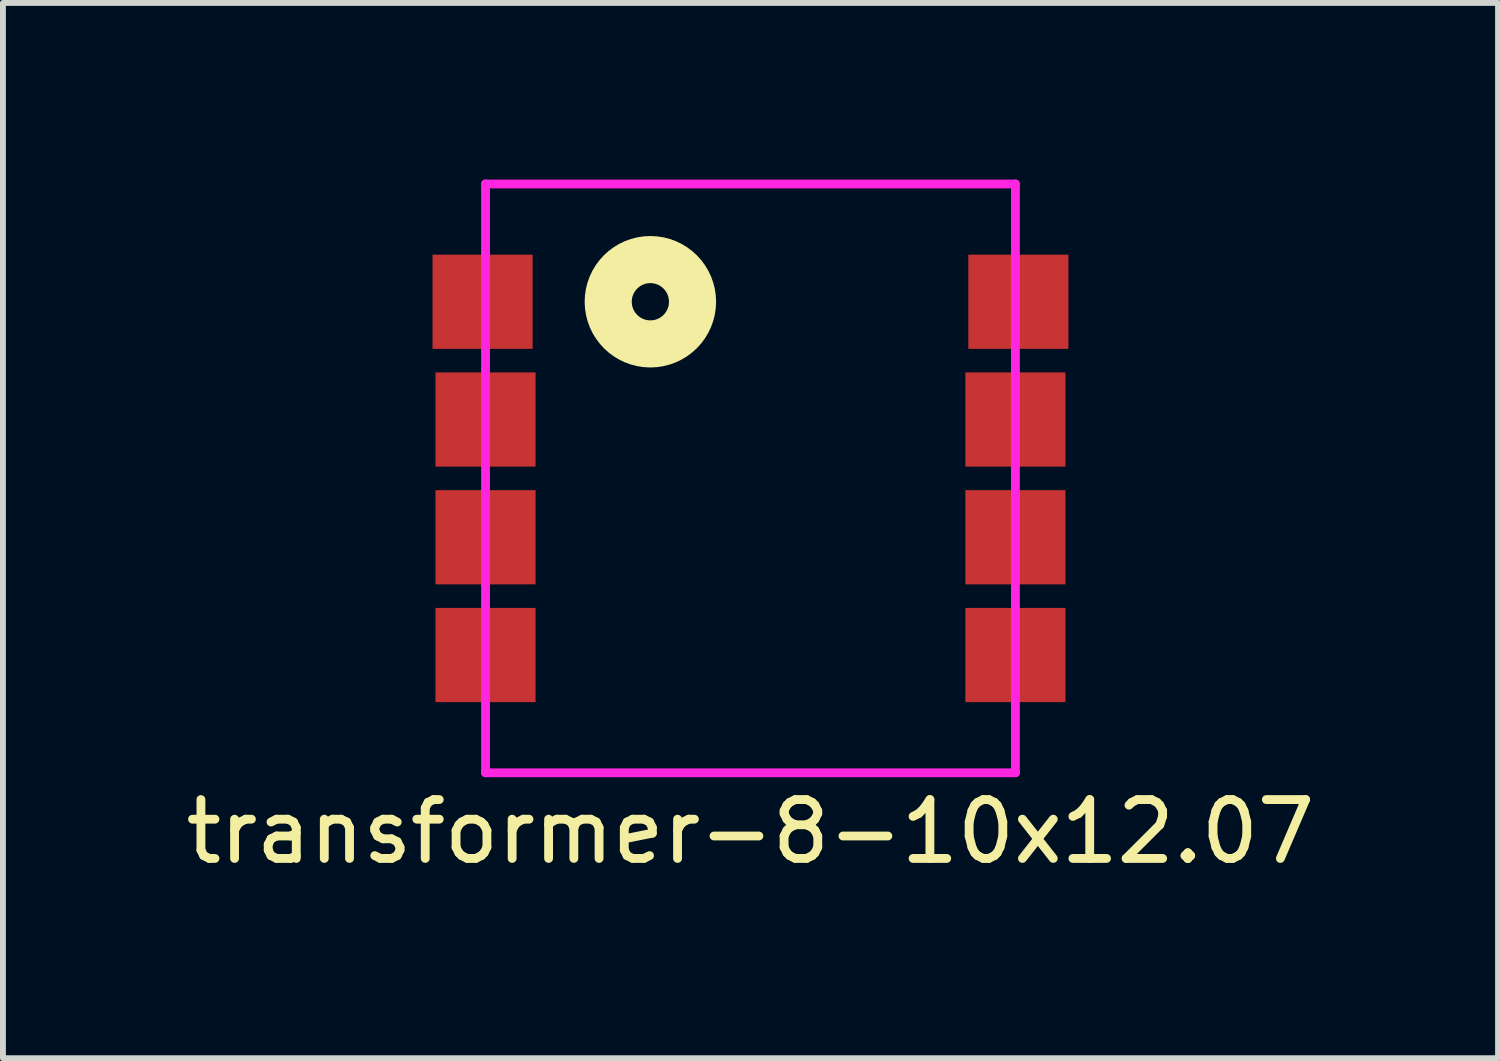
<source format=kicad_pcb>
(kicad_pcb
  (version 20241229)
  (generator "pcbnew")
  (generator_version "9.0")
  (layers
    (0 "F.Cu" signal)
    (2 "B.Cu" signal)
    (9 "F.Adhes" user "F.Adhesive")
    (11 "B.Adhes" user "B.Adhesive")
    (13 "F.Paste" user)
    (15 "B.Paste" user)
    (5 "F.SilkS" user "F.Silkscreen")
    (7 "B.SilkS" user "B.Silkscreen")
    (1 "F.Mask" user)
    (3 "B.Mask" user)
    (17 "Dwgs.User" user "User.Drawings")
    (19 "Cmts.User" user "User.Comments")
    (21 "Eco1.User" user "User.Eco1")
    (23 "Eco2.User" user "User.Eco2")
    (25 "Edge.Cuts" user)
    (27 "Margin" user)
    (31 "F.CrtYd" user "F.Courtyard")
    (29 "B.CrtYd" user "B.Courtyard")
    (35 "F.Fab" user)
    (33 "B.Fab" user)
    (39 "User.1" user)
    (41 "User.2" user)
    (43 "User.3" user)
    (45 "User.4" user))
  (footprint "transformer-8-10x12.07"
    (layer "F.Cu")
    (at 9.696 5.075)
    (property "Reference" "transformer-8-10x12.07" (at 0 6 0) (layer "F.SilkS") (effects (font (size 1 1) (thickness 0.15))))
    (attr through_hole)
    (fp_circle (center -1.7 -3) (end -1.6 -3.3) (stroke (width 0.8) (type solid)) (fill no) (layer "F.SilkS"))
    (fp_line (start -4.5 -5) (end 4.5 -5) (stroke (width 0.15) (type solid)) (layer "F.CrtYd"))
    (fp_line (start -4.5 5) (end -4.5 -5) (stroke (width 0.15) (type solid)) (layer "F.CrtYd"))
    (fp_line (start 4.5 -5) (end 4.5 5) (stroke (width 0.15) (type solid)) (layer "F.CrtYd"))
    (fp_line (start 4.5 5) (end -4.5 5) (stroke (width 0.15) (type solid)) (layer "F.CrtYd"))
    (pad "1" smd rect (at -4.55 -3) (size 1.7 1.6) (layers "F.Cu" "F.Mask" "F.Paste"))
    (pad "2" smd rect (at -4.5 -1) (size 1.7 1.6) (layers "F.Cu" "F.Mask" "F.Paste"))
    (pad "3" smd rect (at -4.5 1) (size 1.7 1.6) (layers "F.Cu" "F.Mask" "F.Paste"))
    (pad "4" smd rect (at -4.5 3) (size 1.7 1.6) (layers "F.Cu" "F.Mask" "F.Paste"))
    (pad "5" smd rect (at 4.55 -3) (size 1.7 1.6) (layers "F.Cu" "F.Mask" "F.Paste"))
    (pad "6" smd rect (at 4.5 -1) (size 1.7 1.6) (layers "F.Cu" "F.Mask" "F.Paste"))
    (pad "7" smd rect (at 4.5 1) (size 1.7 1.6) (layers "F.Cu" "F.Mask" "F.Paste"))
    (pad "8" smd rect (at 4.5 3) (size 1.7 1.6) (layers "F.Cu" "F.Mask" "F.Paste")))
  (gr_rect
    (start -3 -3)
    (end 22.393 14.923)
    (stroke (width 0.1) (type default))
    (fill no)
    (layer "Edge.Cuts")))
</source>
